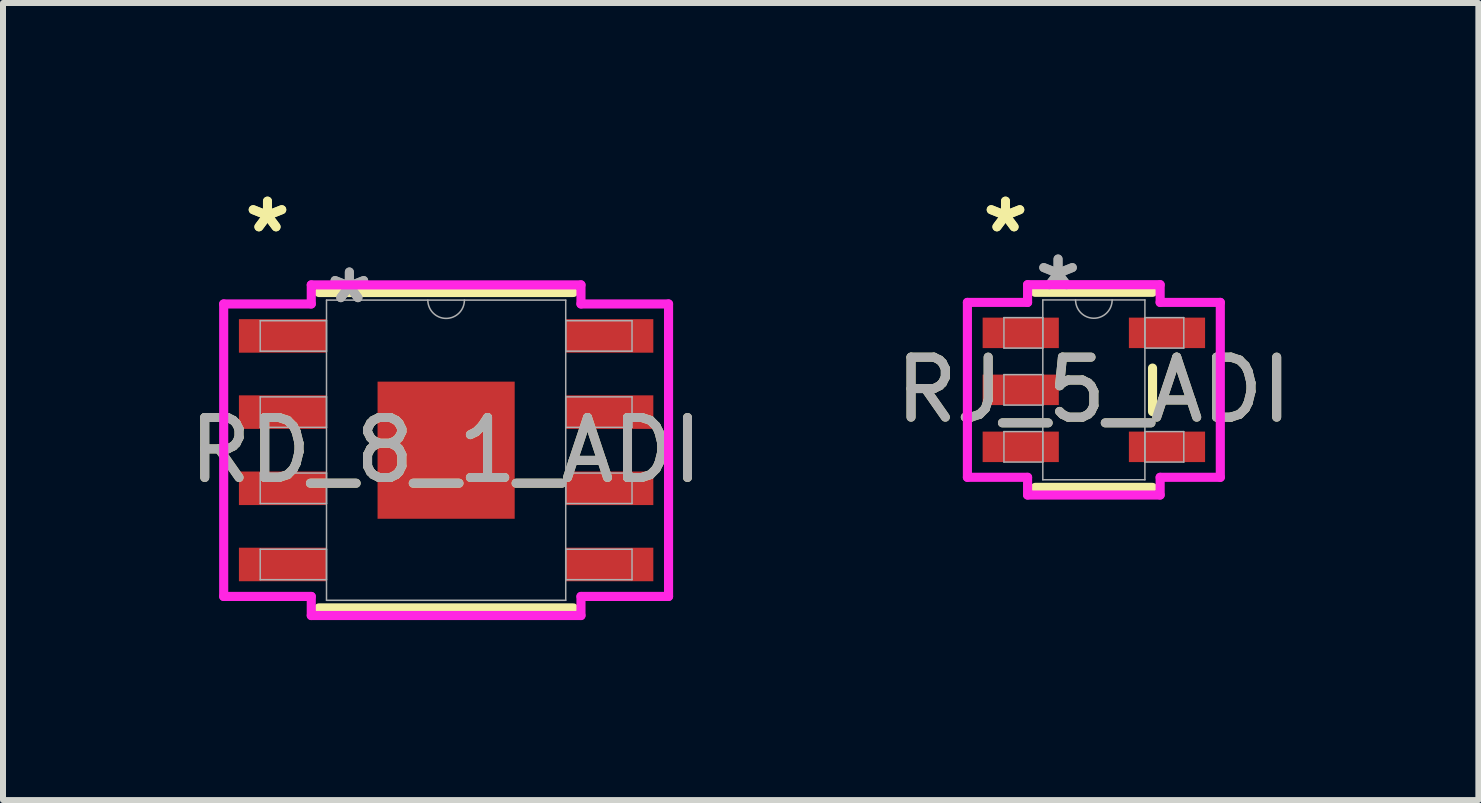
<source format=kicad_pcb>
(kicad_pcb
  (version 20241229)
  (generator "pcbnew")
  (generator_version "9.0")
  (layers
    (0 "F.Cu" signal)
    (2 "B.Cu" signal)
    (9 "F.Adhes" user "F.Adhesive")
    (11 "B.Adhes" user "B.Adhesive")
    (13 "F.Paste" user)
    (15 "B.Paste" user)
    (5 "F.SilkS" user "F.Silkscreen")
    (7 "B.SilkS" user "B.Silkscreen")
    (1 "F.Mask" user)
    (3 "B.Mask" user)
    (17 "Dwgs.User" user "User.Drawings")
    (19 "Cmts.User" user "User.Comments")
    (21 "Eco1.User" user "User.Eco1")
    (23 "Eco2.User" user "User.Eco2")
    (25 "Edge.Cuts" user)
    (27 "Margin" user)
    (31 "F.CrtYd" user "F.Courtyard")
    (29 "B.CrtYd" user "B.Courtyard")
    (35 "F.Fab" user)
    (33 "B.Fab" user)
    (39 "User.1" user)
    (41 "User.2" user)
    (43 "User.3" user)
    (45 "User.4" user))
  (footprint "RD_8_1_ADI"
    (layer "F.Cu")
    (at 4.387 4.455)
    (property "Reference" "RD_8_1_ADI" (at 0 0 0) (unlocked yes) (layer "F.SilkS") (effects (font (size 1 1) (thickness 0.15))))
    (attr smd)
    (fp_line (start -2.121 2.629) (end 2.121 2.629) (stroke (width 0.152) (type solid)) (layer "F.SilkS"))
    (fp_line (start 2.121 -2.629) (end -2.121 -2.629) (stroke (width 0.152) (type solid)) (layer "F.SilkS"))
    (fp_line (start -3.708 -2.438) (end -2.248 -2.438) (stroke (width 0.152) (type solid)) (layer "F.CrtYd"))
    (fp_line (start -3.708 2.438) (end -3.708 -2.438) (stroke (width 0.152) (type solid)) (layer "F.CrtYd"))
    (fp_line (start -3.708 2.438) (end -2.248 2.438) (stroke (width 0.152) (type solid)) (layer "F.CrtYd"))
    (fp_line (start -2.248 -2.756) (end 2.248 -2.756) (stroke (width 0.152) (type solid)) (layer "F.CrtYd"))
    (fp_line (start -2.248 -2.438) (end -2.248 -2.756) (stroke (width 0.152) (type solid)) (layer "F.CrtYd"))
    (fp_line (start -2.248 2.756) (end -2.248 2.438) (stroke (width 0.152) (type solid)) (layer "F.CrtYd"))
    (fp_line (start 2.248 -2.756) (end 2.248 -2.438) (stroke (width 0.152) (type solid)) (layer "F.CrtYd"))
    (fp_line (start 2.248 2.438) (end 2.248 2.756) (stroke (width 0.152) (type solid)) (layer "F.CrtYd"))
    (fp_line (start 2.248 2.756) (end -2.248 2.756) (stroke (width 0.152) (type solid)) (layer "F.CrtYd"))
    (fp_line (start 3.708 -2.438) (end 2.248 -2.438) (stroke (width 0.152) (type solid)) (layer "F.CrtYd"))
    (fp_line (start 3.708 -2.438) (end 3.708 2.438) (stroke (width 0.152) (type solid)) (layer "F.CrtYd"))
    (fp_line (start 3.708 2.438) (end 2.248 2.438) (stroke (width 0.152) (type solid)) (layer "F.CrtYd"))
    (fp_line (start -3.099 -2.159) (end -3.099 -1.651) (stroke (width 0.025) (type solid)) (layer "F.Fab"))
    (fp_line (start -3.099 -1.651) (end -1.994 -1.651) (stroke (width 0.025) (type solid)) (layer "F.Fab"))
    (fp_line (start -3.099 -0.889) (end -3.099 -0.381) (stroke (width 0.025) (type solid)) (layer "F.Fab"))
    (fp_line (start -3.099 -0.381) (end -1.994 -0.381) (stroke (width 0.025) (type solid)) (layer "F.Fab"))
    (fp_line (start -3.099 0.381) (end -3.099 0.889) (stroke (width 0.025) (type solid)) (layer "F.Fab"))
    (fp_line (start -3.099 0.889) (end -1.994 0.889) (stroke (width 0.025) (type solid)) (layer "F.Fab"))
    (fp_line (start -3.099 1.651) (end -3.099 2.159) (stroke (width 0.025) (type solid)) (layer "F.Fab"))
    (fp_line (start -3.099 2.159) (end -1.994 2.159) (stroke (width 0.025) (type solid)) (layer "F.Fab"))
    (fp_line (start -1.994 -2.502) (end -1.994 2.502) (stroke (width 0.025) (type solid)) (layer "F.Fab"))
    (fp_line (start -1.994 -2.159) (end -3.099 -2.159) (stroke (width 0.025) (type solid)) (layer "F.Fab"))
    (fp_line (start -1.994 -1.651) (end -1.994 -2.159) (stroke (width 0.025) (type solid)) (layer "F.Fab"))
    (fp_line (start -1.994 -0.889) (end -3.099 -0.889) (stroke (width 0.025) (type solid)) (layer "F.Fab"))
    (fp_line (start -1.994 -0.381) (end -1.994 -0.889) (stroke (width 0.025) (type solid)) (layer "F.Fab"))
    (fp_line (start -1.994 0.381) (end -3.099 0.381) (stroke (width 0.025) (type solid)) (layer "F.Fab"))
    (fp_line (start -1.994 0.889) (end -1.994 0.381) (stroke (width 0.025) (type solid)) (layer "F.Fab"))
    (fp_line (start -1.994 1.651) (end -3.099 1.651) (stroke (width 0.025) (type solid)) (layer "F.Fab"))
    (fp_line (start -1.994 2.159) (end -1.994 1.651) (stroke (width 0.025) (type solid)) (layer "F.Fab"))
    (fp_line (start -1.994 2.502) (end 1.994 2.502) (stroke (width 0.025) (type solid)) (layer "F.Fab"))
    (fp_line (start 1.994 -2.502) (end -1.994 -2.502) (stroke (width 0.025) (type solid)) (layer "F.Fab"))
    (fp_line (start 1.994 -2.159) (end 1.994 -1.651) (stroke (width 0.025) (type solid)) (layer "F.Fab"))
    (fp_line (start 1.994 -1.651) (end 3.099 -1.651) (stroke (width 0.025) (type solid)) (layer "F.Fab"))
    (fp_line (start 1.994 -0.889) (end 1.994 -0.381) (stroke (width 0.025) (type solid)) (layer "F.Fab"))
    (fp_line (start 1.994 -0.381) (end 3.099 -0.381) (stroke (width 0.025) (type solid)) (layer "F.Fab"))
    (fp_line (start 1.994 0.381) (end 1.994 0.889) (stroke (width 0.025) (type solid)) (layer "F.Fab"))
    (fp_line (start 1.994 0.889) (end 3.099 0.889) (stroke (width 0.025) (type solid)) (layer "F.Fab"))
    (fp_line (start 1.994 1.651) (end 1.994 2.159) (stroke (width 0.025) (type solid)) (layer "F.Fab"))
    (fp_line (start 1.994 2.159) (end 3.099 2.159) (stroke (width 0.025) (type solid)) (layer "F.Fab"))
    (fp_line (start 1.994 2.502) (end 1.994 -2.502) (stroke (width 0.025) (type solid)) (layer "F.Fab"))
    (fp_line (start 3.099 -2.159) (end 1.994 -2.159) (stroke (width 0.025) (type solid)) (layer "F.Fab"))
    (fp_line (start 3.099 -1.651) (end 3.099 -2.159) (stroke (width 0.025) (type solid)) (layer "F.Fab"))
    (fp_line (start 3.099 -0.889) (end 1.994 -0.889) (stroke (width 0.025) (type solid)) (layer "F.Fab"))
    (fp_line (start 3.099 -0.381) (end 3.099 -0.889) (stroke (width 0.025) (type solid)) (layer "F.Fab"))
    (fp_line (start 3.099 0.381) (end 1.994 0.381) (stroke (width 0.025) (type solid)) (layer "F.Fab"))
    (fp_line (start 3.099 0.889) (end 3.099 0.381) (stroke (width 0.025) (type solid)) (layer "F.Fab"))
    (fp_line (start 3.099 1.651) (end 1.994 1.651) (stroke (width 0.025) (type solid)) (layer "F.Fab"))
    (fp_line (start 3.099 2.159) (end 3.099 1.651) (stroke (width 0.025) (type solid)) (layer "F.Fab"))
    (fp_arc (start 0.3048 -2.5019) (mid 0 -2.1971) (end -0.3048 -2.5019) (stroke (width 0.0254) (type solid)) (layer "F.Fab"))
    (fp_text user "*" (at -2.978 -3.607 0) (unlocked yes) (layer "F.SilkS") (effects (font (size 1 1) (thickness 0.15))))
    (fp_text user "*" (at -2.978 -3.607 0) (layer "F.SilkS") (effects (font (size 1 1) (thickness 0.15))))
    (fp_text user "${REFERENCE}" (at 0 0 0) (unlocked yes) (layer "F.Fab") (effects (font (size 1 1) (thickness 0.15))))
    (fp_text user "*" (at -1.613 -2.426 0) (unlocked yes) (layer "F.Fab") (effects (font (size 1 1) (thickness 0.15))))
    (fp_text user "*" (at -1.613 -2.426 0) (layer "F.Fab") (effects (font (size 1 1) (thickness 0.15))))
    (pad "1" smd rect (at -2.724 -1.905) (size 1.46 0.559) (layers "F.Cu" "F.Mask" "F.Paste"))
    (pad "2" smd rect (at -2.724 -0.635) (size 1.46 0.559) (layers "F.Cu" "F.Mask" "F.Paste"))
    (pad "3" smd rect (at -2.724 0.635) (size 1.46 0.559) (layers "F.Cu" "F.Mask" "F.Paste"))
    (pad "4" smd rect (at -2.724 1.905) (size 1.46 0.559) (layers "F.Cu" "F.Mask" "F.Paste"))
    (pad "5" smd rect (at 2.724 1.905) (size 1.46 0.559) (layers "F.Cu" "F.Mask" "F.Paste"))
    (pad "6" smd rect (at 2.724 0.635) (size 1.46 0.559) (layers "F.Cu" "F.Mask" "F.Paste"))
    (pad "7" smd rect (at 2.724 -0.635) (size 1.46 0.559) (layers "F.Cu" "F.Mask" "F.Paste"))
    (pad "8" smd rect (at 2.724 -1.905) (size 1.46 0.559) (layers "F.Cu" "F.Mask" "F.Paste"))
    (pad "EPAD" smd rect (at 0 0) (size 2.286 2.286) (layers "F.Cu" "F.Mask" "F.Paste")))
  (footprint "RJ_5_ADI"
    (layer "F.Cu")
    (at 15.185 3.449)
    (property "Reference" "RJ_5_ADI" (at 0 0 0) (unlocked yes) (layer "F.SilkS") (effects (font (size 1 1) (thickness 0.15))))
    (attr smd)
    (fp_line (start -0.978 1.626) (end 0.978 1.626) (stroke (width 0.152) (type solid)) (layer "F.SilkS"))
    (fp_line (start 0.978 -1.626) (end -0.978 -1.626) (stroke (width 0.152) (type solid)) (layer "F.SilkS"))
    (fp_line (start 0.978 0.363) (end 0.978 -0.363) (stroke (width 0.152) (type solid)) (layer "F.SilkS"))
    (fp_line (start -2.108 -1.458) (end -1.105 -1.458) (stroke (width 0.152) (type solid)) (layer "F.CrtYd"))
    (fp_line (start -2.108 1.458) (end -2.108 -1.458) (stroke (width 0.152) (type solid)) (layer "F.CrtYd"))
    (fp_line (start -1.105 -1.753) (end 1.105 -1.753) (stroke (width 0.152) (type solid)) (layer "F.CrtYd"))
    (fp_line (start -1.105 -1.458) (end -1.105 -1.753) (stroke (width 0.152) (type solid)) (layer "F.CrtYd"))
    (fp_line (start -1.105 1.458) (end -2.108 1.458) (stroke (width 0.152) (type solid)) (layer "F.CrtYd"))
    (fp_line (start -1.105 1.753) (end -1.105 1.458) (stroke (width 0.152) (type solid)) (layer "F.CrtYd"))
    (fp_line (start 1.105 -1.753) (end 1.105 -1.458) (stroke (width 0.152) (type solid)) (layer "F.CrtYd"))
    (fp_line (start 1.105 -1.458) (end 2.108 -1.458) (stroke (width 0.152) (type solid)) (layer "F.CrtYd"))
    (fp_line (start 1.105 1.458) (end 1.105 1.753) (stroke (width 0.152) (type solid)) (layer "F.CrtYd"))
    (fp_line (start 1.105 1.753) (end -1.105 1.753) (stroke (width 0.152) (type solid)) (layer "F.CrtYd"))
    (fp_line (start 2.108 -1.458) (end 2.108 1.458) (stroke (width 0.152) (type solid)) (layer "F.CrtYd"))
    (fp_line (start 2.108 1.458) (end 1.105 1.458) (stroke (width 0.152) (type solid)) (layer "F.CrtYd"))
    (fp_line (start -1.499 -1.204) (end -1.499 -0.696) (stroke (width 0.025) (type solid)) (layer "F.Fab"))
    (fp_line (start -1.499 -0.696) (end -0.851 -0.696) (stroke (width 0.025) (type solid)) (layer "F.Fab"))
    (fp_line (start -1.499 -0.254) (end -1.499 0.254) (stroke (width 0.025) (type solid)) (layer "F.Fab"))
    (fp_line (start -1.499 0.254) (end -0.851 0.254) (stroke (width 0.025) (type solid)) (layer "F.Fab"))
    (fp_line (start -1.499 0.696) (end -1.499 1.204) (stroke (width 0.025) (type solid)) (layer "F.Fab"))
    (fp_line (start -1.499 1.204) (end -0.851 1.204) (stroke (width 0.025) (type solid)) (layer "F.Fab"))
    (fp_line (start -0.851 -1.499) (end -0.851 1.499) (stroke (width 0.025) (type solid)) (layer "F.Fab"))
    (fp_line (start -0.851 -1.204) (end -1.499 -1.204) (stroke (width 0.025) (type solid)) (layer "F.Fab"))
    (fp_line (start -0.851 -0.696) (end -0.851 -1.204) (stroke (width 0.025) (type solid)) (layer "F.Fab"))
    (fp_line (start -0.851 -0.254) (end -1.499 -0.254) (stroke (width 0.025) (type solid)) (layer "F.Fab"))
    (fp_line (start -0.851 0.254) (end -0.851 -0.254) (stroke (width 0.025) (type solid)) (layer "F.Fab"))
    (fp_line (start -0.851 0.696) (end -1.499 0.696) (stroke (width 0.025) (type solid)) (layer "F.Fab"))
    (fp_line (start -0.851 1.204) (end -0.851 0.696) (stroke (width 0.025) (type solid)) (layer "F.Fab"))
    (fp_line (start -0.851 1.499) (end 0.851 1.499) (stroke (width 0.025) (type solid)) (layer "F.Fab"))
    (fp_line (start 0.851 -1.499) (end -0.851 -1.499) (stroke (width 0.025) (type solid)) (layer "F.Fab"))
    (fp_line (start 0.851 -1.204) (end 0.851 -0.696) (stroke (width 0.025) (type solid)) (layer "F.Fab"))
    (fp_line (start 0.851 -0.696) (end 1.499 -0.696) (stroke (width 0.025) (type solid)) (layer "F.Fab"))
    (fp_line (start 0.851 0.696) (end 0.851 1.204) (stroke (width 0.025) (type solid)) (layer "F.Fab"))
    (fp_line (start 0.851 1.204) (end 1.499 1.204) (stroke (width 0.025) (type solid)) (layer "F.Fab"))
    (fp_line (start 0.851 1.499) (end 0.851 -1.499) (stroke (width 0.025) (type solid)) (layer "F.Fab"))
    (fp_line (start 1.499 -1.204) (end 0.851 -1.204) (stroke (width 0.025) (type solid)) (layer "F.Fab"))
    (fp_line (start 1.499 -0.696) (end 1.499 -1.204) (stroke (width 0.025) (type solid)) (layer "F.Fab"))
    (fp_line (start 1.499 0.696) (end 0.851 0.696) (stroke (width 0.025) (type solid)) (layer "F.Fab"))
    (fp_line (start 1.499 1.204) (end 1.499 0.696) (stroke (width 0.025) (type solid)) (layer "F.Fab"))
    (fp_arc (start 0.3048 -1.4986) (mid 0 -1.1938) (end -0.3048 -1.4986) (stroke (width 0.0254) (type solid)) (layer "F.Fab"))
    (fp_text user "*" (at -1.473 -2.601 0) (unlocked yes) (layer "F.SilkS") (effects (font (size 1 1) (thickness 0.15))))
    (fp_text user "*" (at -1.473 -2.601 0) (layer "F.SilkS") (effects (font (size 1 1) (thickness 0.15))))
    (fp_text user "${REFERENCE}" (at 0 0 0) (unlocked yes) (layer "F.Fab") (effects (font (size 1 1) (thickness 0.15))))
    (fp_text user "*" (at -0.597 -1.636 0) (unlocked yes) (layer "F.Fab") (effects (font (size 1 1) (thickness 0.15))))
    (fp_text user "*" (at -0.597 -1.636 0) (layer "F.Fab") (effects (font (size 1 1) (thickness 0.15))))
    (pad "1" smd rect (at -1.219 -0.95) (size 1.27 0.508) (layers "F.Cu" "F.Mask" "F.Paste"))
    (pad "2" smd rect (at -1.219 0) (size 1.27 0.508) (layers "F.Cu" "F.Mask" "F.Paste"))
    (pad "3" smd rect (at -1.219 0.95) (size 1.27 0.508) (layers "F.Cu" "F.Mask" "F.Paste"))
    (pad "4" smd rect (at 1.219 0.95) (size 1.27 0.508) (layers "F.Cu" "F.Mask" "F.Paste"))
    (pad "5" smd rect (at 1.219 -0.95) (size 1.27 0.508) (layers "F.Cu" "F.Mask" "F.Paste")))
  (gr_rect
    (start -3 -3)
    (end 21.595 10.287)
    (stroke (width 0.1) (type default))
    (fill no)
    (layer "Edge.Cuts")))
</source>
